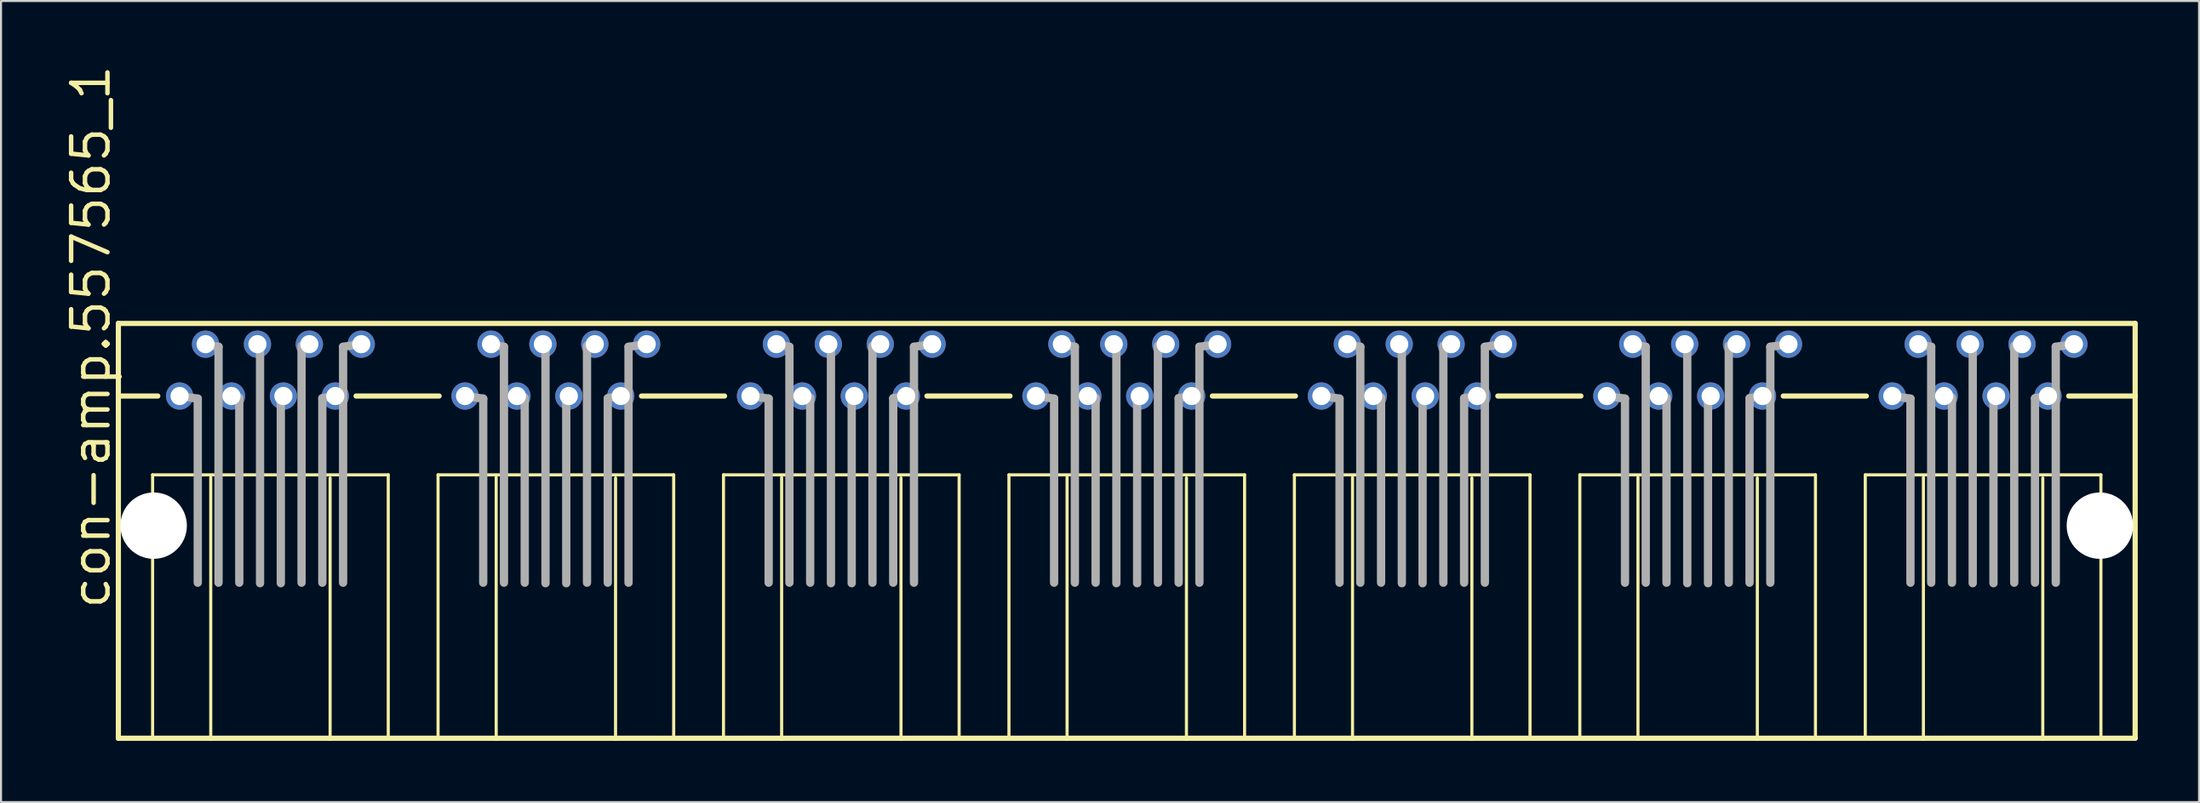
<source format=kicad_pcb>
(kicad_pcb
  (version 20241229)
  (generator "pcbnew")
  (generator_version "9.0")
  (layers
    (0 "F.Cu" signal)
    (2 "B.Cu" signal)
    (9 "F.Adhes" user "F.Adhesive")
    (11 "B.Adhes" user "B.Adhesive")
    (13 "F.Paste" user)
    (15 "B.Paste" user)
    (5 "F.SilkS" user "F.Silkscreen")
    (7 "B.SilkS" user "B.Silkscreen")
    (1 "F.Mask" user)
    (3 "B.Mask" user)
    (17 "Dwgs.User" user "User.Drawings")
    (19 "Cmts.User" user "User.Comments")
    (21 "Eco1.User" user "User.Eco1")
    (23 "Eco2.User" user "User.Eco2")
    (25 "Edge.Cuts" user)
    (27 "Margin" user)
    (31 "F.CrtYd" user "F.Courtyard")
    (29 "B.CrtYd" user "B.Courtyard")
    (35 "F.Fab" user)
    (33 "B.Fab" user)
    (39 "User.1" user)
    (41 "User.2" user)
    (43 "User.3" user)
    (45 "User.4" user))
  (footprint "con-amp.557565_1"
    (layer "F.Cu")
    (at 52.095 22.699)
    (property "Reference" "con-amp.557565_1" (at -49.657 4.191 90) (layer "F.SilkS") (effects (font (size 1.778 1.778) (thickness 0.22)) (justify left bottom)))
    (attr through_hole)
    (fp_line (start -49.352 -9.906) (end -49.352 -6.35) (stroke (width 0.254) (type default)) (layer "F.SilkS"))
    (fp_line (start -49.352 -6.35) (end -49.352 10.414) (stroke (width 0.254) (type default)) (layer "F.SilkS"))
    (fp_line (start -49.352 10.414) (end -44.831 10.414) (stroke (width 0.254) (type default)) (layer "F.SilkS"))
    (fp_line (start -47.676 -2.489) (end -47.676 10.363) (stroke (width 0.152) (type default)) (layer "F.SilkS"))
    (fp_line (start -47.422 -6.35) (end -49.352 -6.35) (stroke (width 0.254) (type default)) (layer "F.SilkS"))
    (fp_line (start -44.831 10.414) (end -44.831 -2.362) (stroke (width 0.152) (type default)) (layer "F.SilkS"))
    (fp_line (start -44.831 10.414) (end -38.989 10.414) (stroke (width 0.254) (type default)) (layer "F.SilkS"))
    (fp_line (start -38.989 -2.337) (end -38.989 10.414) (stroke (width 0.152) (type default)) (layer "F.SilkS"))
    (fp_line (start -38.989 10.414) (end -30.861 10.414) (stroke (width 0.254) (type default)) (layer "F.SilkS"))
    (fp_line (start -37.719 -6.35) (end -33.655 -6.35) (stroke (width 0.254) (type default)) (layer "F.SilkS"))
    (fp_line (start -36.144 -2.489) (end -47.676 -2.489) (stroke (width 0.152) (type default)) (layer "F.SilkS"))
    (fp_line (start -36.144 10.363) (end -36.144 -2.489) (stroke (width 0.152) (type default)) (layer "F.SilkS"))
    (fp_line (start -33.706 -2.489) (end -33.706 10.363) (stroke (width 0.152) (type default)) (layer "F.SilkS"))
    (fp_line (start -30.861 10.414) (end -30.861 -2.362) (stroke (width 0.152) (type default)) (layer "F.SilkS"))
    (fp_line (start -30.861 10.414) (end -25.019 10.414) (stroke (width 0.254) (type default)) (layer "F.SilkS"))
    (fp_line (start -25.019 -2.337) (end -25.019 10.414) (stroke (width 0.152) (type default)) (layer "F.SilkS"))
    (fp_line (start -25.019 10.414) (end -16.891 10.414) (stroke (width 0.254) (type default)) (layer "F.SilkS"))
    (fp_line (start -23.749 -6.35) (end -19.685 -6.35) (stroke (width 0.254) (type default)) (layer "F.SilkS"))
    (fp_line (start -22.174 -2.489) (end -33.706 -2.489) (stroke (width 0.152) (type default)) (layer "F.SilkS"))
    (fp_line (start -22.174 10.363) (end -22.174 -2.489) (stroke (width 0.152) (type default)) (layer "F.SilkS"))
    (fp_line (start -19.736 -2.489) (end -19.736 10.363) (stroke (width 0.152) (type default)) (layer "F.SilkS"))
    (fp_line (start -16.891 10.414) (end -16.891 -2.362) (stroke (width 0.152) (type default)) (layer "F.SilkS"))
    (fp_line (start -16.891 10.414) (end -11.049 10.414) (stroke (width 0.254) (type default)) (layer "F.SilkS"))
    (fp_line (start -11.049 -2.337) (end -11.049 10.414) (stroke (width 0.152) (type default)) (layer "F.SilkS"))
    (fp_line (start -11.049 10.414) (end -2.921 10.414) (stroke (width 0.254) (type default)) (layer "F.SilkS"))
    (fp_line (start -9.779 -6.35) (end -5.715 -6.35) (stroke (width 0.254) (type default)) (layer "F.SilkS"))
    (fp_line (start -8.204 -2.489) (end -19.736 -2.489) (stroke (width 0.152) (type default)) (layer "F.SilkS"))
    (fp_line (start -8.204 10.363) (end -8.204 -2.489) (stroke (width 0.152) (type default)) (layer "F.SilkS"))
    (fp_line (start -5.766 -2.489) (end -5.766 10.363) (stroke (width 0.152) (type default)) (layer "F.SilkS"))
    (fp_line (start -2.921 10.414) (end -2.921 -2.362) (stroke (width 0.152) (type default)) (layer "F.SilkS"))
    (fp_line (start -2.921 10.414) (end 2.921 10.414) (stroke (width 0.254) (type default)) (layer "F.SilkS"))
    (fp_line (start 2.921 -2.337) (end 2.921 10.414) (stroke (width 0.152) (type default)) (layer "F.SilkS"))
    (fp_line (start 2.921 10.414) (end 11.049 10.414) (stroke (width 0.254) (type default)) (layer "F.SilkS"))
    (fp_line (start 4.191 -6.35) (end 8.255 -6.35) (stroke (width 0.254) (type default)) (layer "F.SilkS"))
    (fp_line (start 5.766 -2.489) (end -5.766 -2.489) (stroke (width 0.152) (type default)) (layer "F.SilkS"))
    (fp_line (start 5.766 10.363) (end 5.766 -2.489) (stroke (width 0.152) (type default)) (layer "F.SilkS"))
    (fp_line (start 8.204 -2.489) (end 8.204 10.363) (stroke (width 0.152) (type default)) (layer "F.SilkS"))
    (fp_line (start 11.049 10.414) (end 11.049 -2.362) (stroke (width 0.152) (type default)) (layer "F.SilkS"))
    (fp_line (start 11.049 10.414) (end 16.891 10.414) (stroke (width 0.254) (type default)) (layer "F.SilkS"))
    (fp_line (start 16.891 -2.337) (end 16.891 10.414) (stroke (width 0.152) (type default)) (layer "F.SilkS"))
    (fp_line (start 16.891 10.414) (end 25.019 10.414) (stroke (width 0.254) (type default)) (layer "F.SilkS"))
    (fp_line (start 18.161 -6.35) (end 22.225 -6.35) (stroke (width 0.254) (type default)) (layer "F.SilkS"))
    (fp_line (start 19.736 -2.489) (end 8.204 -2.489) (stroke (width 0.152) (type default)) (layer "F.SilkS"))
    (fp_line (start 19.736 10.363) (end 19.736 -2.489) (stroke (width 0.152) (type default)) (layer "F.SilkS"))
    (fp_line (start 22.174 -2.489) (end 22.174 10.363) (stroke (width 0.152) (type default)) (layer "F.SilkS"))
    (fp_line (start 25.019 10.414) (end 25.019 -2.362) (stroke (width 0.152) (type default)) (layer "F.SilkS"))
    (fp_line (start 25.019 10.414) (end 30.861 10.414) (stroke (width 0.254) (type default)) (layer "F.SilkS"))
    (fp_line (start 30.861 -2.337) (end 30.861 10.414) (stroke (width 0.152) (type default)) (layer "F.SilkS"))
    (fp_line (start 30.861 10.414) (end 38.989 10.414) (stroke (width 0.254) (type default)) (layer "F.SilkS"))
    (fp_line (start 32.131 -6.35) (end 36.195 -6.35) (stroke (width 0.254) (type default)) (layer "F.SilkS"))
    (fp_line (start 33.706 -2.489) (end 22.174 -2.489) (stroke (width 0.152) (type default)) (layer "F.SilkS"))
    (fp_line (start 33.706 10.363) (end 33.706 -2.489) (stroke (width 0.152) (type default)) (layer "F.SilkS"))
    (fp_line (start 36.144 -2.489) (end 36.144 10.363) (stroke (width 0.152) (type default)) (layer "F.SilkS"))
    (fp_line (start 38.989 10.414) (end 38.989 -2.362) (stroke (width 0.152) (type default)) (layer "F.SilkS"))
    (fp_line (start 38.989 10.414) (end 44.831 10.414) (stroke (width 0.254) (type default)) (layer "F.SilkS"))
    (fp_line (start 44.831 -2.337) (end 44.831 10.414) (stroke (width 0.152) (type default)) (layer "F.SilkS"))
    (fp_line (start 44.831 10.414) (end 49.352 10.414) (stroke (width 0.254) (type default)) (layer "F.SilkS"))
    (fp_line (start 46.101 -6.35) (end 49.352 -6.35) (stroke (width 0.254) (type default)) (layer "F.SilkS"))
    (fp_line (start 47.676 -2.489) (end 36.144 -2.489) (stroke (width 0.152) (type default)) (layer "F.SilkS"))
    (fp_line (start 47.676 10.363) (end 47.676 -2.489) (stroke (width 0.152) (type default)) (layer "F.SilkS"))
    (fp_line (start 49.352 -9.906) (end -49.352 -9.906) (stroke (width 0.254) (type default)) (layer "F.SilkS"))
    (fp_line (start 49.352 -6.35) (end 49.352 -9.906) (stroke (width 0.254) (type default)) (layer "F.SilkS"))
    (fp_line (start 49.352 10.414) (end 49.352 -6.35) (stroke (width 0.254) (type default)) (layer "F.SilkS"))
    (fp_line (start -46.355 -6.35) (end -45.466 -6.223) (stroke (width 0.406) (type default)) (layer "F.Fab"))
    (fp_line (start -45.466 -6.223) (end -45.466 2.794) (stroke (width 0.406) (type default)) (layer "F.Fab"))
    (fp_line (start -45.085 -8.865) (end -44.45 -8.763) (stroke (width 0.406) (type default)) (layer "F.Fab"))
    (fp_line (start -44.45 -8.763) (end -44.45 2.794) (stroke (width 0.406) (type default)) (layer "F.Fab"))
    (fp_line (start -43.815 -6.35) (end -43.434 -6.274) (stroke (width 0.406) (type default)) (layer "F.Fab"))
    (fp_line (start -43.434 -6.223) (end -43.434 2.794) (stroke (width 0.406) (type default)) (layer "F.Fab"))
    (fp_line (start -42.545 -8.89) (end -42.418 -8.865) (stroke (width 0.406) (type default)) (layer "F.Fab"))
    (fp_line (start -42.418 -8.763) (end -42.418 2.819) (stroke (width 0.406) (type default)) (layer "F.Fab"))
    (fp_line (start -41.402 -6.223) (end -41.402 2.819) (stroke (width 0.406) (type default)) (layer "F.Fab"))
    (fp_line (start -41.275 -6.35) (end -41.402 -6.299) (stroke (width 0.406) (type default)) (layer "F.Fab"))
    (fp_line (start -40.386 -8.763) (end -40.386 2.794) (stroke (width 0.406) (type default)) (layer "F.Fab"))
    (fp_line (start -40.005 -8.89) (end -40.386 -8.814) (stroke (width 0.406) (type default)) (layer "F.Fab"))
    (fp_line (start -39.37 -6.223) (end -39.37 2.794) (stroke (width 0.406) (type default)) (layer "F.Fab"))
    (fp_line (start -38.735 -6.35) (end -39.37 -6.248) (stroke (width 0.406) (type default)) (layer "F.Fab"))
    (fp_line (start -38.354 -8.763) (end -38.354 2.794) (stroke (width 0.406) (type default)) (layer "F.Fab"))
    (fp_line (start -37.465 -8.89) (end -38.354 -8.763) (stroke (width 0.406) (type default)) (layer "F.Fab"))
    (fp_line (start -32.385 -6.35) (end -31.496 -6.223) (stroke (width 0.406) (type default)) (layer "F.Fab"))
    (fp_line (start -31.496 -6.223) (end -31.496 2.794) (stroke (width 0.406) (type default)) (layer "F.Fab"))
    (fp_line (start -31.115 -8.865) (end -30.48 -8.763) (stroke (width 0.406) (type default)) (layer "F.Fab"))
    (fp_line (start -30.48 -8.763) (end -30.48 2.794) (stroke (width 0.406) (type default)) (layer "F.Fab"))
    (fp_line (start -29.845 -6.35) (end -29.464 -6.274) (stroke (width 0.406) (type default)) (layer "F.Fab"))
    (fp_line (start -29.464 -6.223) (end -29.464 2.794) (stroke (width 0.406) (type default)) (layer "F.Fab"))
    (fp_line (start -28.575 -8.89) (end -28.448 -8.865) (stroke (width 0.406) (type default)) (layer "F.Fab"))
    (fp_line (start -28.448 -8.763) (end -28.448 2.819) (stroke (width 0.406) (type default)) (layer "F.Fab"))
    (fp_line (start -27.432 -6.223) (end -27.432 2.819) (stroke (width 0.406) (type default)) (layer "F.Fab"))
    (fp_line (start -27.305 -6.35) (end -27.432 -6.299) (stroke (width 0.406) (type default)) (layer "F.Fab"))
    (fp_line (start -26.416 -8.763) (end -26.416 2.794) (stroke (width 0.406) (type default)) (layer "F.Fab"))
    (fp_line (start -26.035 -8.89) (end -26.416 -8.814) (stroke (width 0.406) (type default)) (layer "F.Fab"))
    (fp_line (start -25.4 -6.223) (end -25.4 2.794) (stroke (width 0.406) (type default)) (layer "F.Fab"))
    (fp_line (start -24.765 -6.35) (end -25.4 -6.248) (stroke (width 0.406) (type default)) (layer "F.Fab"))
    (fp_line (start -24.384 -8.763) (end -24.384 2.794) (stroke (width 0.406) (type default)) (layer "F.Fab"))
    (fp_line (start -23.495 -8.89) (end -24.384 -8.763) (stroke (width 0.406) (type default)) (layer "F.Fab"))
    (fp_line (start -18.415 -6.35) (end -17.526 -6.223) (stroke (width 0.406) (type default)) (layer "F.Fab"))
    (fp_line (start -17.526 -6.223) (end -17.526 2.794) (stroke (width 0.406) (type default)) (layer "F.Fab"))
    (fp_line (start -17.145 -8.865) (end -16.51 -8.763) (stroke (width 0.406) (type default)) (layer "F.Fab"))
    (fp_line (start -16.51 -8.763) (end -16.51 2.794) (stroke (width 0.406) (type default)) (layer "F.Fab"))
    (fp_line (start -15.875 -6.35) (end -15.494 -6.274) (stroke (width 0.406) (type default)) (layer "F.Fab"))
    (fp_line (start -15.494 -6.223) (end -15.494 2.794) (stroke (width 0.406) (type default)) (layer "F.Fab"))
    (fp_line (start -14.605 -8.89) (end -14.478 -8.865) (stroke (width 0.406) (type default)) (layer "F.Fab"))
    (fp_line (start -14.478 -8.763) (end -14.478 2.819) (stroke (width 0.406) (type default)) (layer "F.Fab"))
    (fp_line (start -13.462 -6.223) (end -13.462 2.819) (stroke (width 0.406) (type default)) (layer "F.Fab"))
    (fp_line (start -13.335 -6.35) (end -13.462 -6.299) (stroke (width 0.406) (type default)) (layer "F.Fab"))
    (fp_line (start -12.446 -8.763) (end -12.446 2.794) (stroke (width 0.406) (type default)) (layer "F.Fab"))
    (fp_line (start -12.065 -8.89) (end -12.446 -8.814) (stroke (width 0.406) (type default)) (layer "F.Fab"))
    (fp_line (start -11.43 -6.223) (end -11.43 2.794) (stroke (width 0.406) (type default)) (layer "F.Fab"))
    (fp_line (start -10.795 -6.35) (end -11.43 -6.248) (stroke (width 0.406) (type default)) (layer "F.Fab"))
    (fp_line (start -10.414 -8.763) (end -10.414 2.794) (stroke (width 0.406) (type default)) (layer "F.Fab"))
    (fp_line (start -9.525 -8.89) (end -10.414 -8.763) (stroke (width 0.406) (type default)) (layer "F.Fab"))
    (fp_line (start -4.445 -6.35) (end -3.556 -6.223) (stroke (width 0.406) (type default)) (layer "F.Fab"))
    (fp_line (start -3.556 -6.223) (end -3.556 2.794) (stroke (width 0.406) (type default)) (layer "F.Fab"))
    (fp_line (start -3.175 -8.865) (end -2.54 -8.763) (stroke (width 0.406) (type default)) (layer "F.Fab"))
    (fp_line (start -2.54 -8.763) (end -2.54 2.794) (stroke (width 0.406) (type default)) (layer "F.Fab"))
    (fp_line (start -1.905 -6.35) (end -1.524 -6.274) (stroke (width 0.406) (type default)) (layer "F.Fab"))
    (fp_line (start -1.524 -6.223) (end -1.524 2.794) (stroke (width 0.406) (type default)) (layer "F.Fab"))
    (fp_line (start -0.635 -8.89) (end -0.508 -8.865) (stroke (width 0.406) (type default)) (layer "F.Fab"))
    (fp_line (start -0.508 -8.763) (end -0.508 2.819) (stroke (width 0.406) (type default)) (layer "F.Fab"))
    (fp_line (start 0.508 -6.223) (end 0.508 2.819) (stroke (width 0.406) (type default)) (layer "F.Fab"))
    (fp_line (start 0.635 -6.35) (end 0.508 -6.299) (stroke (width 0.406) (type default)) (layer "F.Fab"))
    (fp_line (start 1.524 -8.763) (end 1.524 2.794) (stroke (width 0.406) (type default)) (layer "F.Fab"))
    (fp_line (start 1.905 -8.89) (end 1.524 -8.814) (stroke (width 0.406) (type default)) (layer "F.Fab"))
    (fp_line (start 2.54 -6.223) (end 2.54 2.794) (stroke (width 0.406) (type default)) (layer "F.Fab"))
    (fp_line (start 3.175 -6.35) (end 2.54 -6.248) (stroke (width 0.406) (type default)) (layer "F.Fab"))
    (fp_line (start 3.556 -8.763) (end 3.556 2.794) (stroke (width 0.406) (type default)) (layer "F.Fab"))
    (fp_line (start 4.445 -8.89) (end 3.556 -8.763) (stroke (width 0.406) (type default)) (layer "F.Fab"))
    (fp_line (start 9.525 -6.35) (end 10.414 -6.223) (stroke (width 0.406) (type default)) (layer "F.Fab"))
    (fp_line (start 10.414 -6.223) (end 10.414 2.794) (stroke (width 0.406) (type default)) (layer "F.Fab"))
    (fp_line (start 10.795 -8.865) (end 11.43 -8.763) (stroke (width 0.406) (type default)) (layer "F.Fab"))
    (fp_line (start 11.43 -8.763) (end 11.43 2.794) (stroke (width 0.406) (type default)) (layer "F.Fab"))
    (fp_line (start 12.065 -6.35) (end 12.446 -6.274) (stroke (width 0.406) (type default)) (layer "F.Fab"))
    (fp_line (start 12.446 -6.223) (end 12.446 2.794) (stroke (width 0.406) (type default)) (layer "F.Fab"))
    (fp_line (start 13.335 -8.89) (end 13.462 -8.865) (stroke (width 0.406) (type default)) (layer "F.Fab"))
    (fp_line (start 13.462 -8.763) (end 13.462 2.819) (stroke (width 0.406) (type default)) (layer "F.Fab"))
    (fp_line (start 14.478 -6.223) (end 14.478 2.819) (stroke (width 0.406) (type default)) (layer "F.Fab"))
    (fp_line (start 14.605 -6.35) (end 14.478 -6.299) (stroke (width 0.406) (type default)) (layer "F.Fab"))
    (fp_line (start 15.494 -8.763) (end 15.494 2.794) (stroke (width 0.406) (type default)) (layer "F.Fab"))
    (fp_line (start 15.875 -8.89) (end 15.494 -8.814) (stroke (width 0.406) (type default)) (layer "F.Fab"))
    (fp_line (start 16.51 -6.223) (end 16.51 2.794) (stroke (width 0.406) (type default)) (layer "F.Fab"))
    (fp_line (start 17.145 -6.35) (end 16.51 -6.248) (stroke (width 0.406) (type default)) (layer "F.Fab"))
    (fp_line (start 17.526 -8.763) (end 17.526 2.794) (stroke (width 0.406) (type default)) (layer "F.Fab"))
    (fp_line (start 18.415 -8.89) (end 17.526 -8.763) (stroke (width 0.406) (type default)) (layer "F.Fab"))
    (fp_line (start 23.495 -6.35) (end 24.384 -6.223) (stroke (width 0.406) (type default)) (layer "F.Fab"))
    (fp_line (start 24.384 -6.223) (end 24.384 2.794) (stroke (width 0.406) (type default)) (layer "F.Fab"))
    (fp_line (start 24.765 -8.865) (end 25.4 -8.763) (stroke (width 0.406) (type default)) (layer "F.Fab"))
    (fp_line (start 25.4 -8.763) (end 25.4 2.794) (stroke (width 0.406) (type default)) (layer "F.Fab"))
    (fp_line (start 26.035 -6.35) (end 26.416 -6.274) (stroke (width 0.406) (type default)) (layer "F.Fab"))
    (fp_line (start 26.416 -6.223) (end 26.416 2.794) (stroke (width 0.406) (type default)) (layer "F.Fab"))
    (fp_line (start 27.305 -8.89) (end 27.432 -8.865) (stroke (width 0.406) (type default)) (layer "F.Fab"))
    (fp_line (start 27.432 -8.763) (end 27.432 2.819) (stroke (width 0.406) (type default)) (layer "F.Fab"))
    (fp_line (start 28.448 -6.223) (end 28.448 2.819) (stroke (width 0.406) (type default)) (layer "F.Fab"))
    (fp_line (start 28.575 -6.35) (end 28.448 -6.299) (stroke (width 0.406) (type default)) (layer "F.Fab"))
    (fp_line (start 29.464 -8.763) (end 29.464 2.794) (stroke (width 0.406) (type default)) (layer "F.Fab"))
    (fp_line (start 29.845 -8.89) (end 29.464 -8.814) (stroke (width 0.406) (type default)) (layer "F.Fab"))
    (fp_line (start 30.48 -6.223) (end 30.48 2.794) (stroke (width 0.406) (type default)) (layer "F.Fab"))
    (fp_line (start 31.115 -6.35) (end 30.48 -6.248) (stroke (width 0.406) (type default)) (layer "F.Fab"))
    (fp_line (start 31.496 -8.763) (end 31.496 2.794) (stroke (width 0.406) (type default)) (layer "F.Fab"))
    (fp_line (start 32.385 -8.89) (end 31.496 -8.763) (stroke (width 0.406) (type default)) (layer "F.Fab"))
    (fp_line (start 37.465 -6.35) (end 38.354 -6.223) (stroke (width 0.406) (type default)) (layer "F.Fab"))
    (fp_line (start 38.354 -6.223) (end 38.354 2.794) (stroke (width 0.406) (type default)) (layer "F.Fab"))
    (fp_line (start 38.735 -8.865) (end 39.37 -8.763) (stroke (width 0.406) (type default)) (layer "F.Fab"))
    (fp_line (start 39.37 -8.763) (end 39.37 2.794) (stroke (width 0.406) (type default)) (layer "F.Fab"))
    (fp_line (start 40.005 -6.35) (end 40.386 -6.274) (stroke (width 0.406) (type default)) (layer "F.Fab"))
    (fp_line (start 40.386 -6.223) (end 40.386 2.794) (stroke (width 0.406) (type default)) (layer "F.Fab"))
    (fp_line (start 41.275 -8.89) (end 41.402 -8.865) (stroke (width 0.406) (type default)) (layer "F.Fab"))
    (fp_line (start 41.402 -8.763) (end 41.402 2.819) (stroke (width 0.406) (type default)) (layer "F.Fab"))
    (fp_line (start 42.418 -6.223) (end 42.418 2.819) (stroke (width 0.406) (type default)) (layer "F.Fab"))
    (fp_line (start 42.545 -6.35) (end 42.418 -6.299) (stroke (width 0.406) (type default)) (layer "F.Fab"))
    (fp_line (start 43.434 -8.763) (end 43.434 2.794) (stroke (width 0.406) (type default)) (layer "F.Fab"))
    (fp_line (start 43.815 -8.89) (end 43.434 -8.814) (stroke (width 0.406) (type default)) (layer "F.Fab"))
    (fp_line (start 44.45 -6.223) (end 44.45 2.794) (stroke (width 0.406) (type default)) (layer "F.Fab"))
    (fp_line (start 45.085 -6.35) (end 44.45 -6.248) (stroke (width 0.406) (type default)) (layer "F.Fab"))
    (fp_line (start 45.466 -8.763) (end 45.466 2.794) (stroke (width 0.406) (type default)) (layer "F.Fab"))
    (fp_line (start 46.355 -8.89) (end 45.466 -8.763) (stroke (width 0.406) (type default)) (layer "F.Fab"))
    (pad "" np_thru_hole circle (at -47.625 0) (size 3.251 3.251) (drill 3.251) (layers "*.Cu" "*.Mask"))
    (pad "" np_thru_hole circle (at 47.625 0) (size 3.251 3.251) (drill 3.251) (layers "*.Cu" "*.Mask"))
    (pad "1-1" thru_hole circle (at -46.355 -6.35) (size 1.333 1.333) (drill 0.889) (layers "*.Cu" "*.Mask"))
    (pad "1-2" thru_hole circle (at -45.085 -8.89) (size 1.333 1.333) (drill 0.889) (layers "*.Cu" "*.Mask"))
    (pad "1-3" thru_hole circle (at -43.815 -6.35) (size 1.333 1.333) (drill 0.889) (layers "*.Cu" "*.Mask"))
    (pad "1-4" thru_hole circle (at -42.545 -8.89) (size 1.333 1.333) (drill 0.889) (layers "*.Cu" "*.Mask"))
    (pad "1-5" thru_hole circle (at -41.275 -6.35) (size 1.333 1.333) (drill 0.889) (layers "*.Cu" "*.Mask"))
    (pad "1-6" thru_hole circle (at -40.005 -8.89) (size 1.333 1.333) (drill 0.889) (layers "*.Cu" "*.Mask"))
    (pad "1-7" thru_hole circle (at -38.735 -6.35) (size 1.333 1.333) (drill 0.889) (layers "*.Cu" "*.Mask"))
    (pad "1-8" thru_hole circle (at -37.465 -8.89) (size 1.333 1.333) (drill 0.889) (layers "*.Cu" "*.Mask"))
    (pad "2-1" thru_hole circle (at -32.385 -6.35) (size 1.333 1.333) (drill 0.889) (layers "*.Cu" "*.Mask"))
    (pad "2-2" thru_hole circle (at -31.115 -8.89) (size 1.333 1.333) (drill 0.889) (layers "*.Cu" "*.Mask"))
    (pad "2-3" thru_hole circle (at -29.845 -6.35) (size 1.333 1.333) (drill 0.889) (layers "*.Cu" "*.Mask"))
    (pad "2-4" thru_hole circle (at -28.575 -8.89) (size 1.333 1.333) (drill 0.889) (layers "*.Cu" "*.Mask"))
    (pad "2-5" thru_hole circle (at -27.305 -6.35) (size 1.333 1.333) (drill 0.889) (layers "*.Cu" "*.Mask"))
    (pad "2-6" thru_hole circle (at -26.035 -8.89) (size 1.333 1.333) (drill 0.889) (layers "*.Cu" "*.Mask"))
    (pad "2-7" thru_hole circle (at -24.765 -6.35) (size 1.333 1.333) (drill 0.889) (layers "*.Cu" "*.Mask"))
    (pad "2-8" thru_hole circle (at -23.495 -8.89) (size 1.333 1.333) (drill 0.889) (layers "*.Cu" "*.Mask"))
    (pad "3-1" thru_hole circle (at -18.415 -6.35) (size 1.333 1.333) (drill 0.889) (layers "*.Cu" "*.Mask"))
    (pad "3-2" thru_hole circle (at -17.145 -8.89) (size 1.333 1.333) (drill 0.889) (layers "*.Cu" "*.Mask"))
    (pad "3-3" thru_hole circle (at -15.875 -6.35) (size 1.333 1.333) (drill 0.889) (layers "*.Cu" "*.Mask"))
    (pad "3-4" thru_hole circle (at -14.605 -8.89) (size 1.333 1.333) (drill 0.889) (layers "*.Cu" "*.Mask"))
    (pad "3-5" thru_hole circle (at -13.335 -6.35) (size 1.333 1.333) (drill 0.889) (layers "*.Cu" "*.Mask"))
    (pad "3-6" thru_hole circle (at -12.065 -8.89) (size 1.333 1.333) (drill 0.889) (layers "*.Cu" "*.Mask"))
    (pad "3-7" thru_hole circle (at -10.795 -6.35) (size 1.333 1.333) (drill 0.889) (layers "*.Cu" "*.Mask"))
    (pad "3-8" thru_hole circle (at -9.525 -8.89) (size 1.333 1.333) (drill 0.889) (layers "*.Cu" "*.Mask"))
    (pad "4-1" thru_hole circle (at -4.445 -6.35) (size 1.333 1.333) (drill 0.889) (layers "*.Cu" "*.Mask"))
    (pad "4-2" thru_hole circle (at -3.175 -8.89) (size 1.333 1.333) (drill 0.889) (layers "*.Cu" "*.Mask"))
    (pad "4-3" thru_hole circle (at -1.905 -6.35) (size 1.333 1.333) (drill 0.889) (layers "*.Cu" "*.Mask"))
    (pad "4-4" thru_hole circle (at -0.635 -8.89) (size 1.333 1.333) (drill 0.889) (layers "*.Cu" "*.Mask"))
    (pad "4-5" thru_hole circle (at 0.635 -6.35) (size 1.333 1.333) (drill 0.889) (layers "*.Cu" "*.Mask"))
    (pad "4-6" thru_hole circle (at 1.905 -8.89) (size 1.333 1.333) (drill 0.889) (layers "*.Cu" "*.Mask"))
    (pad "4-7" thru_hole circle (at 3.175 -6.35) (size 1.333 1.333) (drill 0.889) (layers "*.Cu" "*.Mask"))
    (pad "4-8" thru_hole circle (at 4.445 -8.89) (size 1.333 1.333) (drill 0.889) (layers "*.Cu" "*.Mask"))
    (pad "5-1" thru_hole circle (at 9.525 -6.35) (size 1.333 1.333) (drill 0.889) (layers "*.Cu" "*.Mask"))
    (pad "5-2" thru_hole circle (at 10.795 -8.89) (size 1.333 1.333) (drill 0.889) (layers "*.Cu" "*.Mask"))
    (pad "5-3" thru_hole circle (at 12.065 -6.35) (size 1.333 1.333) (drill 0.889) (layers "*.Cu" "*.Mask"))
    (pad "5-4" thru_hole circle (at 13.335 -8.89) (size 1.333 1.333) (drill 0.889) (layers "*.Cu" "*.Mask"))
    (pad "5-5" thru_hole circle (at 14.605 -6.35) (size 1.333 1.333) (drill 0.889) (layers "*.Cu" "*.Mask"))
    (pad "5-6" thru_hole circle (at 15.875 -8.89) (size 1.333 1.333) (drill 0.889) (layers "*.Cu" "*.Mask"))
    (pad "5-7" thru_hole circle (at 17.145 -6.35) (size 1.333 1.333) (drill 0.889) (layers "*.Cu" "*.Mask"))
    (pad "5-8" thru_hole circle (at 18.415 -8.89) (size 1.333 1.333) (drill 0.889) (layers "*.Cu" "*.Mask"))
    (pad "6-1" thru_hole circle (at 23.495 -6.35) (size 1.333 1.333) (drill 0.889) (layers "*.Cu" "*.Mask"))
    (pad "6-2" thru_hole circle (at 24.765 -8.89) (size 1.333 1.333) (drill 0.889) (layers "*.Cu" "*.Mask"))
    (pad "6-3" thru_hole circle (at 26.035 -6.35) (size 1.333 1.333) (drill 0.889) (layers "*.Cu" "*.Mask"))
    (pad "6-4" thru_hole circle (at 27.305 -8.89) (size 1.333 1.333) (drill 0.889) (layers "*.Cu" "*.Mask"))
    (pad "6-5" thru_hole circle (at 28.575 -6.35) (size 1.333 1.333) (drill 0.889) (layers "*.Cu" "*.Mask"))
    (pad "6-6" thru_hole circle (at 29.845 -8.89) (size 1.333 1.333) (drill 0.889) (layers "*.Cu" "*.Mask"))
    (pad "6-7" thru_hole circle (at 31.115 -6.35) (size 1.333 1.333) (drill 0.889) (layers "*.Cu" "*.Mask"))
    (pad "6-8" thru_hole circle (at 32.385 -8.89) (size 1.333 1.333) (drill 0.889) (layers "*.Cu" "*.Mask"))
    (pad "7-1" thru_hole circle (at 37.465 -6.35) (size 1.333 1.333) (drill 0.889) (layers "*.Cu" "*.Mask"))
    (pad "7-2" thru_hole circle (at 38.735 -8.89) (size 1.333 1.333) (drill 0.889) (layers "*.Cu" "*.Mask"))
    (pad "7-3" thru_hole circle (at 40.005 -6.35) (size 1.333 1.333) (drill 0.889) (layers "*.Cu" "*.Mask"))
    (pad "7-4" thru_hole circle (at 41.275 -8.89) (size 1.333 1.333) (drill 0.889) (layers "*.Cu" "*.Mask"))
    (pad "7-5" thru_hole circle (at 42.545 -6.35) (size 1.333 1.333) (drill 0.889) (layers "*.Cu" "*.Mask"))
    (pad "7-6" thru_hole circle (at 43.815 -8.89) (size 1.333 1.333) (drill 0.889) (layers "*.Cu" "*.Mask"))
    (pad "7-7" thru_hole circle (at 45.085 -6.35) (size 1.333 1.333) (drill 0.889) (layers "*.Cu" "*.Mask"))
    (pad "7-8" thru_hole circle (at 46.355 -8.89) (size 1.333 1.333) (drill 0.889) (layers "*.Cu" "*.Mask")))
  (gr_rect
    (start -3 -3)
    (end 104.574 36.24)
    (stroke (width 0.1) (type default))
    (fill no)
    (layer "Edge.Cuts")))
</source>
